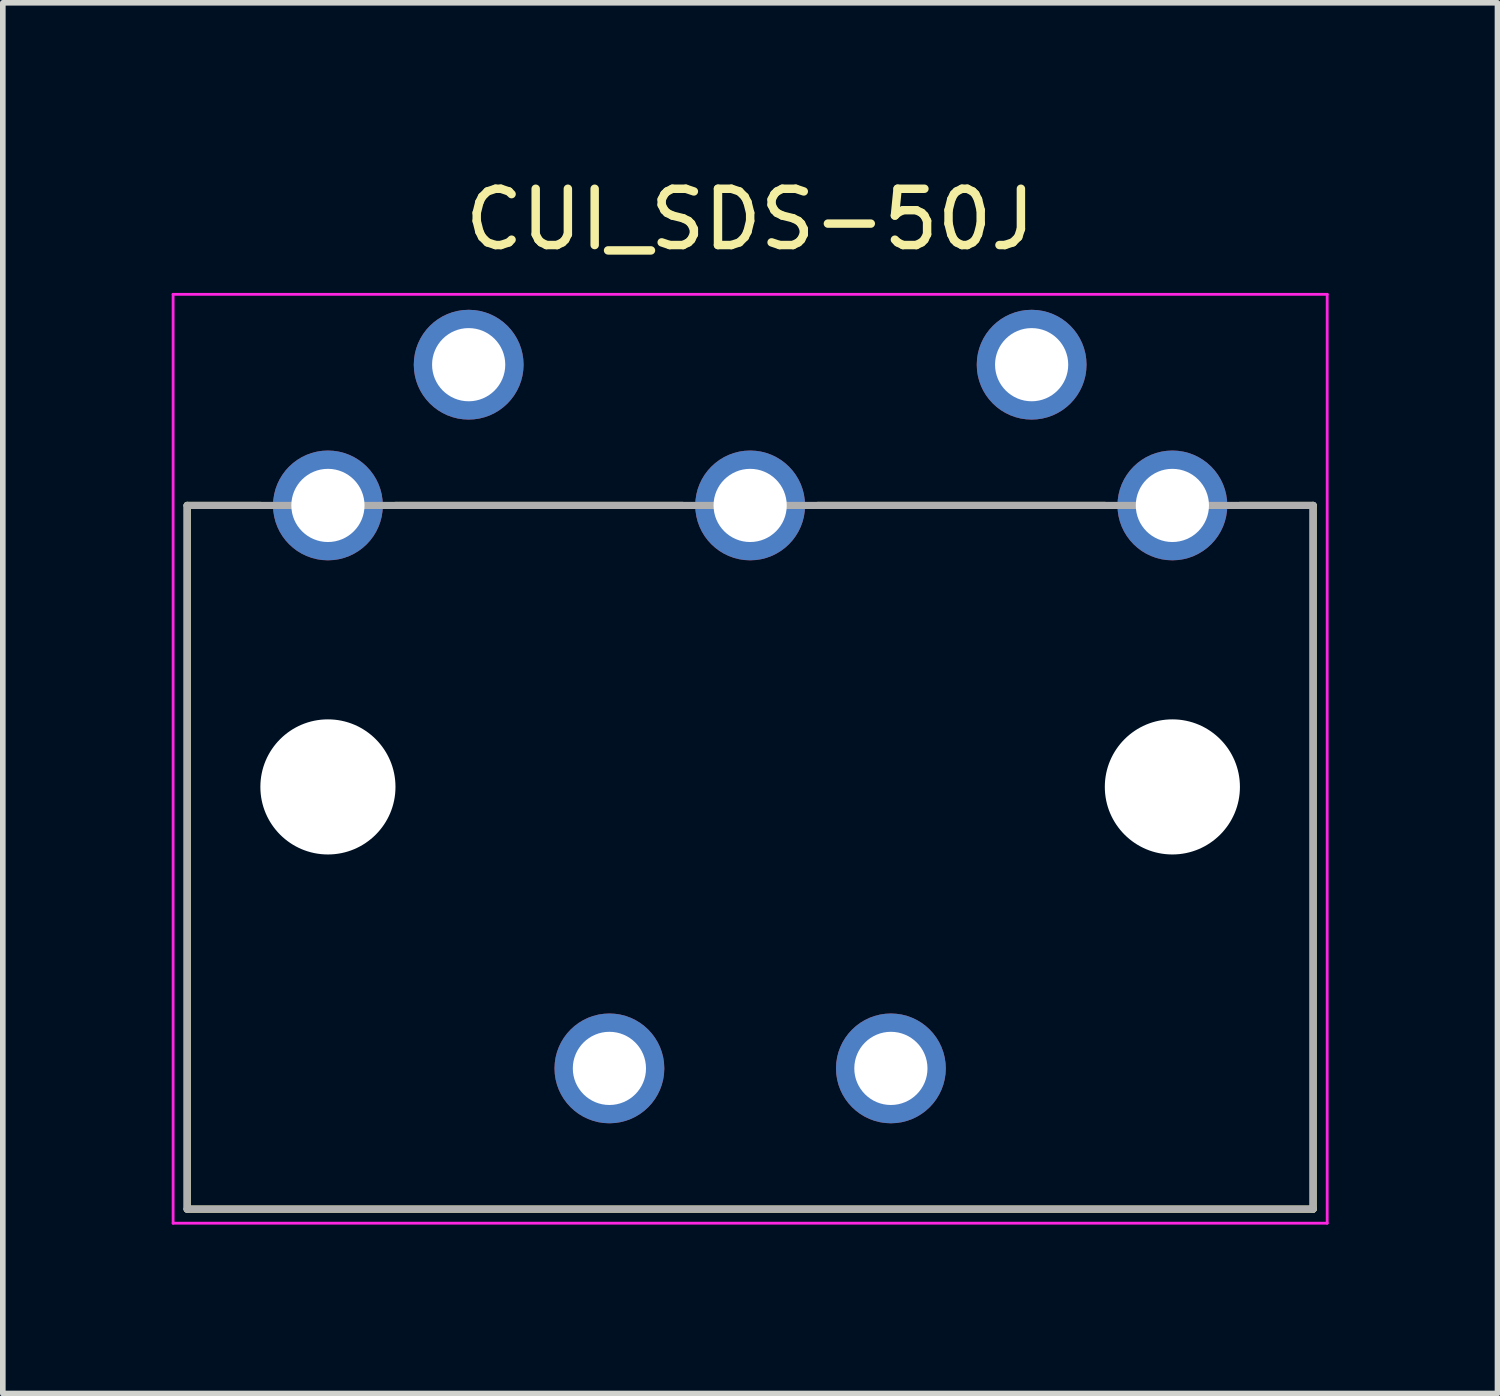
<source format=kicad_pcb>
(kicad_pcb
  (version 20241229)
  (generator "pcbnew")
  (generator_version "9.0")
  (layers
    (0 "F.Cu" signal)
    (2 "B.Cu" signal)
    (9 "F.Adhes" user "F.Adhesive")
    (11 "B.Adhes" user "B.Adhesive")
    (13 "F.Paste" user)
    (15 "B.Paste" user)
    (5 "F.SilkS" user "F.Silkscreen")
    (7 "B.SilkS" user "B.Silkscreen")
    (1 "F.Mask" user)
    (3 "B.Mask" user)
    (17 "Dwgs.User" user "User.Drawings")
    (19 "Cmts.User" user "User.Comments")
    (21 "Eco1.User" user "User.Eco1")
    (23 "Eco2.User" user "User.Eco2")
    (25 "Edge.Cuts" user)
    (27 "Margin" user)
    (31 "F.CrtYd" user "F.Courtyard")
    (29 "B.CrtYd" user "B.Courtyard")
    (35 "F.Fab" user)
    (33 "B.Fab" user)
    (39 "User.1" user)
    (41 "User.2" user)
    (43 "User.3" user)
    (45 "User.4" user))
  (footprint "CUI_SDS-50J"
    (layer "F.Cu")
    (at 10.275 5.928)
    (property "Reference" "CUI_SDS-50J" (at 0 -5.08 0) (layer "F.SilkS") (effects (font (size 1 1) (thickness 0.15))))
    (attr through_hole)
    (fp_line (start -10 0) (end -10 12.5) (stroke (width 0.127) (type solid)) (layer "F.SilkS"))
    (fp_line (start -10 0) (end -8.7 0) (stroke (width 0.127) (type solid)) (layer "F.SilkS"))
    (fp_line (start -10 12.5) (end 10 12.5) (stroke (width 0.127) (type solid)) (layer "F.SilkS"))
    (fp_line (start -6.3 0) (end -1.2 0) (stroke (width 0.127) (type solid)) (layer "F.SilkS"))
    (fp_line (start 1.2 0) (end 6.3 0) (stroke (width 0.127) (type solid)) (layer "F.SilkS"))
    (fp_line (start 10 0) (end 8.7 0) (stroke (width 0.127) (type solid)) (layer "F.SilkS"))
    (fp_line (start 10 12.5) (end 10 0) (stroke (width 0.127) (type solid)) (layer "F.SilkS"))
    (fp_line (start -10.25 -3.75) (end 10.25 -3.75) (stroke (width 0.05) (type solid)) (layer "F.CrtYd"))
    (fp_line (start -10.25 12.75) (end -10.25 -3.75) (stroke (width 0.05) (type solid)) (layer "F.CrtYd"))
    (fp_line (start 10.25 -3.75) (end 10.25 12.75) (stroke (width 0.05) (type solid)) (layer "F.CrtYd"))
    (fp_line (start 10.25 12.75) (end -10.25 12.75) (stroke (width 0.05) (type solid)) (layer "F.CrtYd"))
    (fp_line (start -10 0) (end -10 12.5) (stroke (width 0.127) (type solid)) (layer "F.Fab"))
    (fp_line (start -10 12.5) (end 10 12.5) (stroke (width 0.127) (type solid)) (layer "F.Fab"))
    (fp_line (start 10 0) (end -10 0) (stroke (width 0.127) (type solid)) (layer "F.Fab"))
    (fp_line (start 10 12.5) (end 10 0) (stroke (width 0.127) (type solid)) (layer "F.Fab"))
    (pad "" np_thru_hole circle (at -7.5 5) (size 2.4 2.4) (drill 2.4) (layers "*.Cu" "*.Mask"))
    (pad "" np_thru_hole circle (at 7.5 5) (size 2.4 2.4) (drill 2.4) (layers "*.Cu" "*.Mask"))
    (pad "1" thru_hole circle (at 7.5 0) (size 1.95 1.95) (drill 1.3) (layers "*.Cu" "*.Mask"))
    (pad "2" thru_hole circle (at 0 0) (size 1.95 1.95) (drill 1.3) (layers "*.Cu" "*.Mask"))
    (pad "3" thru_hole circle (at -7.5 0) (size 1.95 1.95) (drill 1.3) (layers "*.Cu" "*.Mask"))
    (pad "4" thru_hole circle (at 5 -2.5) (size 1.95 1.95) (drill 1.3) (layers "*.Cu" "*.Mask"))
    (pad "5" thru_hole circle (at -5 -2.5) (size 1.95 1.95) (drill 1.3) (layers "*.Cu" "*.Mask"))
    (pad "S1" thru_hole circle (at -2.5 10) (size 1.95 1.95) (drill 1.3) (layers "*.Cu" "*.Mask"))
    (pad "S2" thru_hole circle (at 2.5 10) (size 1.95 1.95) (drill 1.3) (layers "*.Cu" "*.Mask")))
  (gr_rect
    (start -3 -3)
    (end 23.55 21.703)
    (stroke (width 0.1) (type default))
    (fill no)
    (layer "Edge.Cuts")))
</source>
